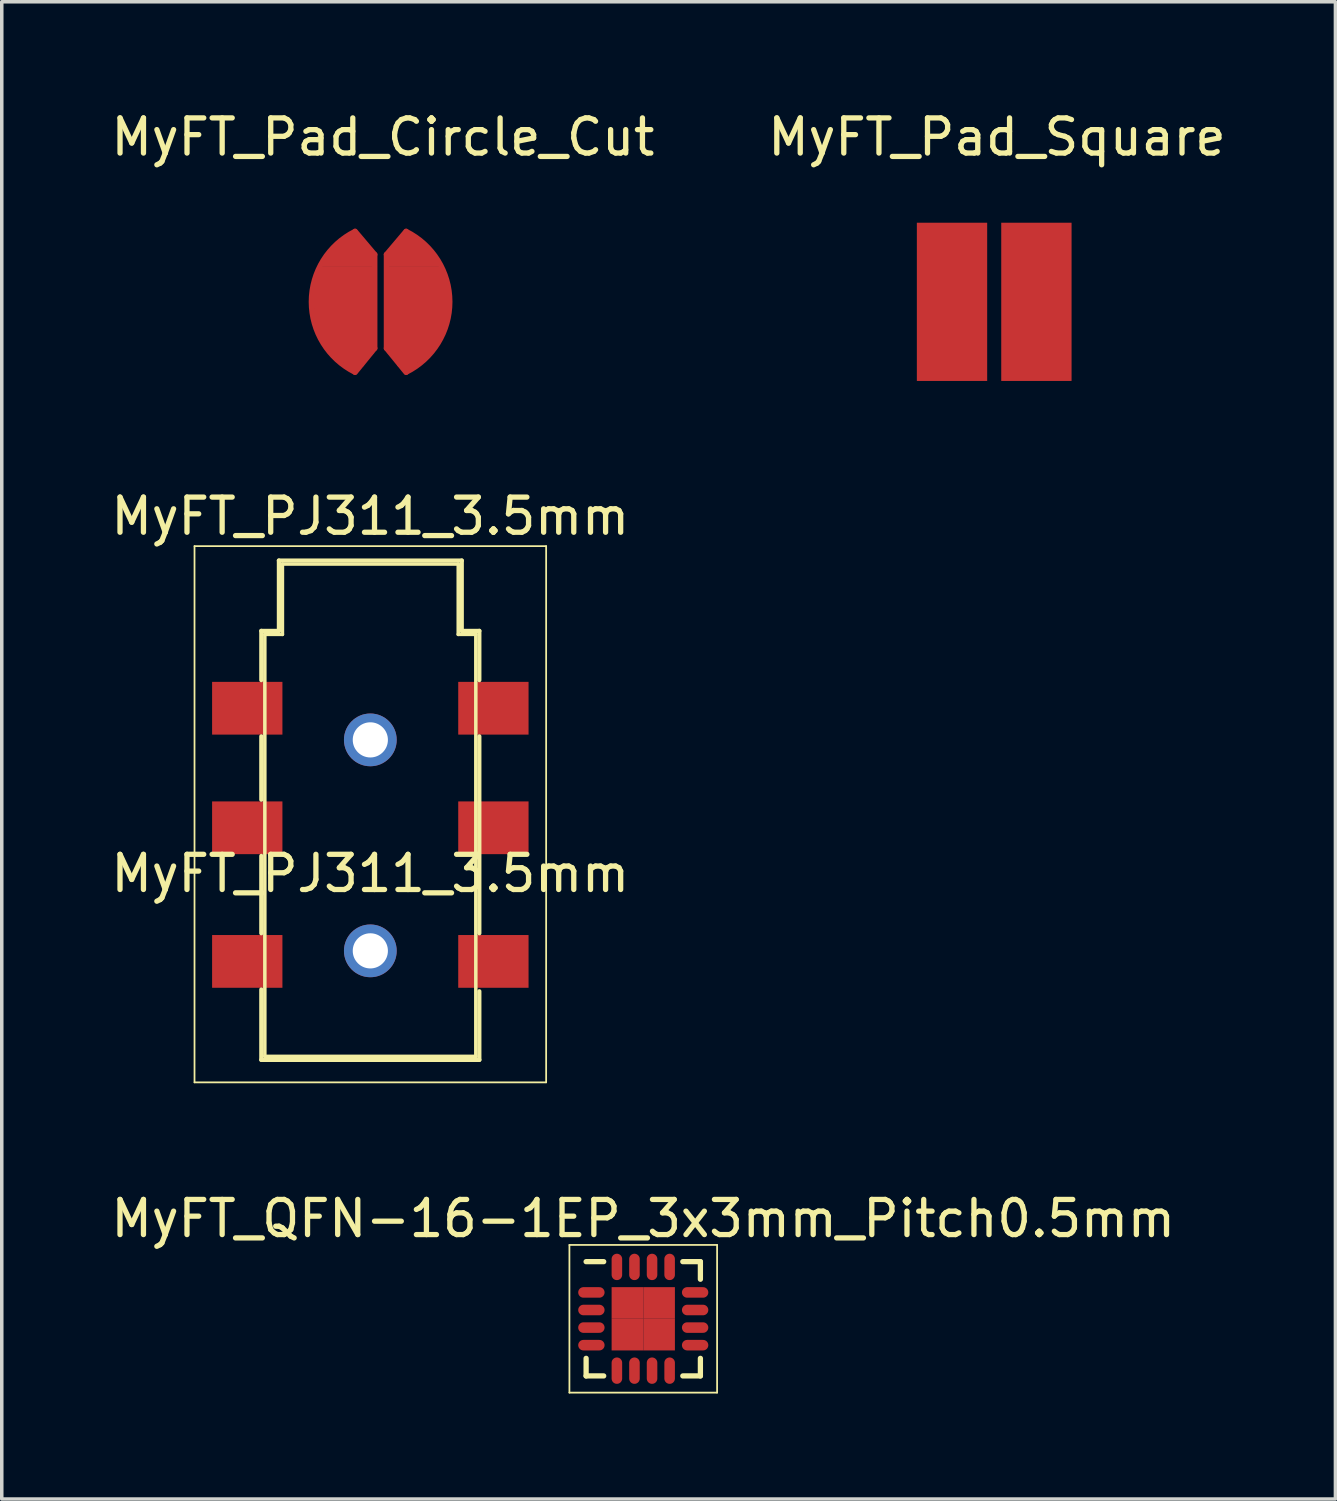
<source format=kicad_pcb>
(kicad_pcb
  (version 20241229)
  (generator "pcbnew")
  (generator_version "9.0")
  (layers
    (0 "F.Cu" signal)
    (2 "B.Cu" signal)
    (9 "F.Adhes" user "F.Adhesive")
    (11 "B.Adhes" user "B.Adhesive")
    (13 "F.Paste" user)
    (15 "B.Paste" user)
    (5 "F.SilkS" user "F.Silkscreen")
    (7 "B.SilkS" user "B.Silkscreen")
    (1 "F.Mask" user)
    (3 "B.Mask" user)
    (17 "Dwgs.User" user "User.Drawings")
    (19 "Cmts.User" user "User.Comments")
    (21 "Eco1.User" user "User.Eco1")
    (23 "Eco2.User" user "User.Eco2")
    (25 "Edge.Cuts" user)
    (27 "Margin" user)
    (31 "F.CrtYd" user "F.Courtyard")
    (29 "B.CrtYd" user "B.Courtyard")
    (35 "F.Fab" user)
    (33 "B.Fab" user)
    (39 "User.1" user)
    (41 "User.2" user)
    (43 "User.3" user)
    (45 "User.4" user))
  (footprint "MyFT_Pad_Circle_Cut"
    (layer "F.Cu")
    (at 7.761 5.534)
    (property "Reference" "MyFT_Pad_Circle_Cut" (at 0.079 -4.686 0) (layer "F.SilkS") (effects (font (size 1 1) (thickness 0.15))))
    (attr through_hole)
    (fp_line (start -1.854 -0.61) (end -1.854 0.508) (stroke (width 0.15) (type solid)) (layer "F.Cu"))
    (fp_line (start -1.753 -0.838) (end -1.753 0.762) (stroke (width 0.15) (type solid)) (layer "F.Cu"))
    (fp_line (start -0.711 -2.007) (end -0.152 -1.346) (stroke (width 0.15) (type solid)) (layer "F.Cu"))
    (fp_line (start -0.66 -1.905) (end -0.838 -1.905) (stroke (width 0.15) (type solid)) (layer "F.Cu"))
    (fp_line (start -0.635 1.88) (end -0.838 1.88) (stroke (width 0.15) (type solid)) (layer "F.Cu"))
    (fp_line (start -0.61 -1.829) (end -0.94 -1.829) (stroke (width 0.15) (type solid)) (layer "F.Cu"))
    (fp_line (start -0.533 1.778) (end -0.991 1.778) (stroke (width 0.15) (type solid)) (layer "F.Cu"))
    (fp_line (start -0.483 -1.702) (end -1.118 -1.702) (stroke (width 0.15) (type solid)) (layer "F.Cu"))
    (fp_line (start -0.483 1.651) (end -1.168 1.651) (stroke (width 0.15) (type solid)) (layer "F.Cu"))
    (fp_line (start -0.381 -1.575) (end -1.27 -1.575) (stroke (width 0.15) (type solid)) (layer "F.Cu"))
    (fp_line (start -0.356 1.524) (end -1.245 1.524) (stroke (width 0.15) (type solid)) (layer "F.Cu"))
    (fp_line (start -0.305 -1.448) (end -1.372 -1.448) (stroke (width 0.15) (type solid)) (layer "F.Cu"))
    (fp_line (start -0.254 1.422) (end -1.372 1.422) (stroke (width 0.15) (type solid)) (layer "F.Cu"))
    (fp_line (start -0.178 -1.321) (end -1.473 -1.321) (stroke (width 0.15) (type solid)) (layer "F.Cu"))
    (fp_line (start -0.178 -1.194) (end -1.549 -1.194) (stroke (width 0.15) (type solid)) (layer "F.Cu"))
    (fp_line (start -0.178 -1.067) (end -1.626 -1.067) (stroke (width 0.15) (type solid)) (layer "F.Cu"))
    (fp_line (start -0.178 1.067) (end -1.626 1.067) (stroke (width 0.15) (type solid)) (layer "F.Cu"))
    (fp_line (start -0.178 1.194) (end -1.549 1.194) (stroke (width 0.15) (type solid)) (layer "F.Cu"))
    (fp_line (start -0.178 1.321) (end -1.473 1.321) (stroke (width 0.15) (type solid)) (layer "F.Cu"))
    (fp_line (start -0.152 -1.346) (end -0.152 1.321) (stroke (width 0.15) (type solid)) (layer "F.Cu"))
    (fp_line (start -0.152 1.321) (end -0.711 2.007) (stroke (width 0.15) (type solid)) (layer "F.Cu"))
    (fp_line (start 0.178 -1.346) (end 0.178 1.321) (stroke (width 0.15) (type solid)) (layer "F.Cu"))
    (fp_line (start 0.178 1.321) (end 0.737 2.007) (stroke (width 0.15) (type solid)) (layer "F.Cu"))
    (fp_line (start 0.203 -1.321) (end 1.499 -1.321) (stroke (width 0.15) (type solid)) (layer "F.Cu"))
    (fp_line (start 0.203 -1.194) (end 1.575 -1.194) (stroke (width 0.15) (type solid)) (layer "F.Cu"))
    (fp_line (start 0.203 -1.067) (end 1.651 -1.067) (stroke (width 0.15) (type solid)) (layer "F.Cu"))
    (fp_line (start 0.203 1.067) (end 1.651 1.067) (stroke (width 0.15) (type solid)) (layer "F.Cu"))
    (fp_line (start 0.203 1.194) (end 1.575 1.194) (stroke (width 0.15) (type solid)) (layer "F.Cu"))
    (fp_line (start 0.203 1.321) (end 1.499 1.321) (stroke (width 0.15) (type solid)) (layer "F.Cu"))
    (fp_line (start 0.279 1.422) (end 1.397 1.422) (stroke (width 0.15) (type solid)) (layer "F.Cu"))
    (fp_line (start 0.33 -1.448) (end 1.397 -1.448) (stroke (width 0.15) (type solid)) (layer "F.Cu"))
    (fp_line (start 0.381 1.524) (end 1.27 1.524) (stroke (width 0.15) (type solid)) (layer "F.Cu"))
    (fp_line (start 0.406 -1.575) (end 1.295 -1.575) (stroke (width 0.15) (type solid)) (layer "F.Cu"))
    (fp_line (start 0.508 -1.702) (end 1.143 -1.702) (stroke (width 0.15) (type solid)) (layer "F.Cu"))
    (fp_line (start 0.508 1.651) (end 1.194 1.651) (stroke (width 0.15) (type solid)) (layer "F.Cu"))
    (fp_line (start 0.559 1.778) (end 1.016 1.778) (stroke (width 0.15) (type solid)) (layer "F.Cu"))
    (fp_line (start 0.635 -1.829) (end 0.965 -1.829) (stroke (width 0.15) (type solid)) (layer "F.Cu"))
    (fp_line (start 0.66 1.88) (end 0.864 1.88) (stroke (width 0.15) (type solid)) (layer "F.Cu"))
    (fp_line (start 0.686 -1.905) (end 0.864 -1.905) (stroke (width 0.15) (type solid)) (layer "F.Cu"))
    (fp_line (start 0.737 -2.007) (end 0.178 -1.346) (stroke (width 0.15) (type solid)) (layer "F.Cu"))
    (fp_line (start 1.778 -0.838) (end 1.778 0.762) (stroke (width 0.15) (type solid)) (layer "F.Cu"))
    (fp_line (start 1.88 -0.61) (end 1.88 0.508) (stroke (width 0.15) (type solid)) (layer "F.Cu"))
    (fp_arc (start -0.7206 2) (mid -1.956667 -0.002539) (end -0.716056 -2.002266) (stroke (width 0.15) (type solid)) (layer "F.Cu"))
    (fp_arc (start 0.741456 -2.002266) (mid 1.982067 -0.002539) (end 0.746 2) (stroke (width 0.15) (type solid)) (layer "F.Cu"))
    (pad "1" smd rect (at -0.94 0 180) (size 1.6 2) (layers "F.Cu" "F.Mask" "F.Paste"))
    (pad "2" smd rect (at 0.965 0) (size 1.6 2) (layers "F.Cu" "F.Mask" "F.Paste")))
  (footprint "MyFT_PJ311_3.5mm"
    (layer "F.Cu")
    (at 7.482 21.792)
    (property "Reference" "MyFT_PJ311_3.5mm" (at 0 -10.16 0) (layer "F.SilkS") (effects (font (size 1 1) (thickness 0.15))))
    (attr smd)
    (fp_line (start -5 -9.31) (end -5 5.94) (stroke (width 0.05) (type solid)) (layer "F.SilkS"))
    (fp_line (start -5 -9.31) (end 5 -9.31) (stroke (width 0.05) (type solid)) (layer "F.SilkS"))
    (fp_line (start -5 5.94) (end 5 5.94) (stroke (width 0.05) (type solid)) (layer "F.SilkS"))
    (fp_line (start -3.1 -6.9) (end -2.6 -6.9) (stroke (width 0.12) (type solid)) (layer "F.SilkS"))
    (fp_line (start -3.1 -5.5) (end -3.1 -6.9) (stroke (width 0.12) (type solid)) (layer "F.SilkS"))
    (fp_line (start -3.1 -2.1) (end -3.1 -3.9) (stroke (width 0.12) (type solid)) (layer "F.SilkS"))
    (fp_line (start -3.1 -0.5) (end -3.1 1.7) (stroke (width 0.12) (type solid)) (layer "F.SilkS"))
    (fp_line (start -3.1 3.3) (end -3.1 5.3) (stroke (width 0.12) (type solid)) (layer "F.SilkS"))
    (fp_line (start -3.1 5.3) (end 3.1 5.3) (stroke (width 0.12) (type solid)) (layer "F.SilkS"))
    (fp_line (start -3 -6.8) (end -3 5.2) (stroke (width 0.1) (type solid)) (layer "F.SilkS"))
    (fp_line (start -3 5.2) (end 3 5.2) (stroke (width 0.1) (type solid)) (layer "F.SilkS"))
    (fp_line (start -2.6 -8.9) (end 2.6 -8.9) (stroke (width 0.12) (type solid)) (layer "F.SilkS"))
    (fp_line (start -2.6 -6.9) (end -2.6 -8.9) (stroke (width 0.12) (type solid)) (layer "F.SilkS"))
    (fp_line (start -2.5 -8.8) (end -2.5 -6.8) (stroke (width 0.1) (type solid)) (layer "F.SilkS"))
    (fp_line (start -2.5 -6.8) (end -3 -6.8) (stroke (width 0.1) (type solid)) (layer "F.SilkS"))
    (fp_line (start 2.5 -8.8) (end -2.5 -8.8) (stroke (width 0.1) (type solid)) (layer "F.SilkS"))
    (fp_line (start 2.5 -6.8) (end 2.5 -8.8) (stroke (width 0.1) (type solid)) (layer "F.SilkS"))
    (fp_line (start 2.6 -8.9) (end 2.6 -6.9) (stroke (width 0.12) (type solid)) (layer "F.SilkS"))
    (fp_line (start 2.6 -6.9) (end 3.1 -6.9) (stroke (width 0.12) (type solid)) (layer "F.SilkS"))
    (fp_line (start 3 -6.8) (end 2.5 -6.8) (stroke (width 0.1) (type solid)) (layer "F.SilkS"))
    (fp_line (start 3 5.2) (end 3 -6.8) (stroke (width 0.1) (type solid)) (layer "F.SilkS"))
    (fp_line (start 3.1 -6.9) (end 3.1 -5.5) (stroke (width 0.12) (type solid)) (layer "F.SilkS"))
    (fp_line (start 3.1 -3.9) (end 3.1 1.7) (stroke (width 0.12) (type solid)) (layer "F.SilkS"))
    (fp_line (start 3.1 5.3) (end 3.1 3.35) (stroke (width 0.12) (type solid)) (layer "F.SilkS"))
    (fp_line (start 5 5.94) (end 5 -9.31) (stroke (width 0.05) (type solid)) (layer "F.SilkS"))
    (fp_text user "${REFERENCE}" (at 0 0 0) (layer "F.SilkS") (effects (font (size 1 1) (thickness 0.15))))
    (pad "" thru_hole circle (at 0 -3.8) (size 1.5 1.5) (drill 1) (layers "*.Cu" "*.Mask"))
    (pad "" thru_hole circle (at 0 2.2) (size 1.5 1.5) (drill 1) (layers "*.Cu" "*.Mask"))
    (pad "1" smd rect (at -3.5 -4.7) (size 2 1.5) (layers "F.Cu" "F.Mask" "F.Paste"))
    (pad "2" smd rect (at -3.5 -1.3) (size 2 1.5) (layers "F.Cu" "F.Mask" "F.Paste"))
    (pad "3" smd rect (at -3.5 2.5) (size 2 1.5) (layers "F.Cu" "F.Mask" "F.Paste"))
    (pad "4" smd rect (at 3.5 -4.7) (size 2 1.5) (layers "F.Cu" "F.Mask" "F.Paste"))
    (pad "5" smd rect (at 3.5 -1.3) (size 2 1.5) (layers "F.Cu" "F.Mask" "F.Paste"))
    (pad "6" smd rect (at 3.5 2.5) (size 2 1.5) (layers "F.Cu" "F.Mask" "F.Paste")))
  (footprint "MyFT_Pad_Square"
    (layer "F.Cu")
    (at 25.225 5.534)
    (property "Reference" "MyFT_Pad_Square" (at 0.079 -4.686 0) (layer "F.SilkS") (effects (font (size 1 1) (thickness 0.15))))
    (attr through_hole)
    (pad "1" smd rect (at -1.2 0) (size 2 4.5) (layers "F.Cu" "F.Mask" "F.Paste"))
    (pad "2" smd rect (at 1.2 0) (size 2 4.5) (layers "F.Cu" "F.Mask" "F.Paste")))
  (footprint "MyFT_QFN-16-1EP_3x3mm_Pitch0.5mm"
    (layer "F.Cu")
    (at 15.244 34.456)
    (property "Reference" "MyFT_QFN-16-1EP_3x3mm_Pitch0.5mm" (at 0 -2.85 0) (layer "F.SilkS") (effects (font (size 1 1) (thickness 0.15))))
    (attr smd)
    (fp_line (start -2.1 -2.1) (end -2.1 2.1) (stroke (width 0.05) (type solid)) (layer "F.SilkS"))
    (fp_line (start -2.1 -2.1) (end 2.1 -2.1) (stroke (width 0.05) (type solid)) (layer "F.SilkS"))
    (fp_line (start -2.1 2.1) (end 2.1 2.1) (stroke (width 0.05) (type solid)) (layer "F.SilkS"))
    (fp_line (start -1.625 -1.625) (end -1.125 -1.625) (stroke (width 0.15) (type solid)) (layer "F.SilkS"))
    (fp_line (start -1.625 1.625) (end -1.625 1.125) (stroke (width 0.15) (type solid)) (layer "F.SilkS"))
    (fp_line (start -1.625 1.625) (end -1.125 1.625) (stroke (width 0.15) (type solid)) (layer "F.SilkS"))
    (fp_line (start 1.625 -1.625) (end 1.125 -1.625) (stroke (width 0.15) (type solid)) (layer "F.SilkS"))
    (fp_line (start 1.625 -1.625) (end 1.625 -1.125) (stroke (width 0.15) (type solid)) (layer "F.SilkS"))
    (fp_line (start 1.625 1.625) (end 1.125 1.625) (stroke (width 0.15) (type solid)) (layer "F.SilkS"))
    (fp_line (start 1.625 1.625) (end 1.625 1.125) (stroke (width 0.15) (type solid)) (layer "F.SilkS"))
    (fp_line (start 2.1 -2.1) (end 2.1 2.1) (stroke (width 0.05) (type solid)) (layer "F.SilkS"))
    (pad "1" smd oval (at -1.475 -0.75) (size 0.75 0.3) (layers "F.Cu" "F.Mask" "F.Paste"))
    (pad "2" smd oval (at -1.475 -0.25) (size 0.75 0.3) (layers "F.Cu" "F.Mask" "F.Paste"))
    (pad "3" smd oval (at -1.475 0.25) (size 0.75 0.3) (layers "F.Cu" "F.Mask" "F.Paste"))
    (pad "4" smd oval (at -1.475 0.75) (size 0.75 0.3) (layers "F.Cu" "F.Mask" "F.Paste"))
    (pad "5" smd oval (at -0.75 1.475 90) (size 0.75 0.3) (layers "F.Cu" "F.Mask" "F.Paste"))
    (pad "6" smd oval (at -0.25 1.475 90) (size 0.75 0.3) (layers "F.Cu" "F.Mask" "F.Paste"))
    (pad "7" smd oval (at 0.25 1.475 90) (size 0.75 0.3) (layers "F.Cu" "F.Mask" "F.Paste"))
    (pad "8" smd oval (at 0.75 1.475 90) (size 0.75 0.3) (layers "F.Cu" "F.Mask" "F.Paste"))
    (pad "9" smd oval (at 1.475 0.75) (size 0.75 0.3) (layers "F.Cu" "F.Mask" "F.Paste"))
    (pad "10" smd oval (at 1.475 0.25) (size 0.75 0.3) (layers "F.Cu" "F.Mask" "F.Paste"))
    (pad "11" smd oval (at 1.475 -0.25) (size 0.75 0.3) (layers "F.Cu" "F.Mask" "F.Paste"))
    (pad "12" smd oval (at 1.475 -0.75) (size 0.75 0.3) (layers "F.Cu" "F.Mask" "F.Paste"))
    (pad "13" smd oval (at 0.75 -1.475 90) (size 0.75 0.3) (layers "F.Cu" "F.Mask" "F.Paste"))
    (pad "14" smd oval (at 0.25 -1.475 90) (size 0.75 0.3) (layers "F.Cu" "F.Mask" "F.Paste"))
    (pad "15" smd oval (at -0.25 -1.475 90) (size 0.75 0.3) (layers "F.Cu" "F.Mask" "F.Paste"))
    (pad "16" smd oval (at -0.75 -1.475 90) (size 0.75 0.3) (layers "F.Cu" "F.Mask" "F.Paste"))
    (pad "17" smd rect (at -0.45 -0.45) (size 0.9 0.9) (layers "F.Cu" "F.Mask" "F.Paste"))
    (pad "17" smd rect (at -0.45 0.45) (size 0.9 0.9) (layers "F.Cu" "F.Mask" "F.Paste"))
    (pad "17" smd rect (at 0.45 -0.45) (size 0.9 0.9) (layers "F.Cu" "F.Mask" "F.Paste"))
    (pad "17" smd rect (at 0.45 0.45) (size 0.9 0.9) (layers "F.Cu" "F.Mask" "F.Paste")))
  (gr_rect
    (start -3 -3)
    (end 34.929 39.581)
    (stroke (width 0.1) (type default))
    (fill no)
    (layer "Edge.Cuts")))
</source>
